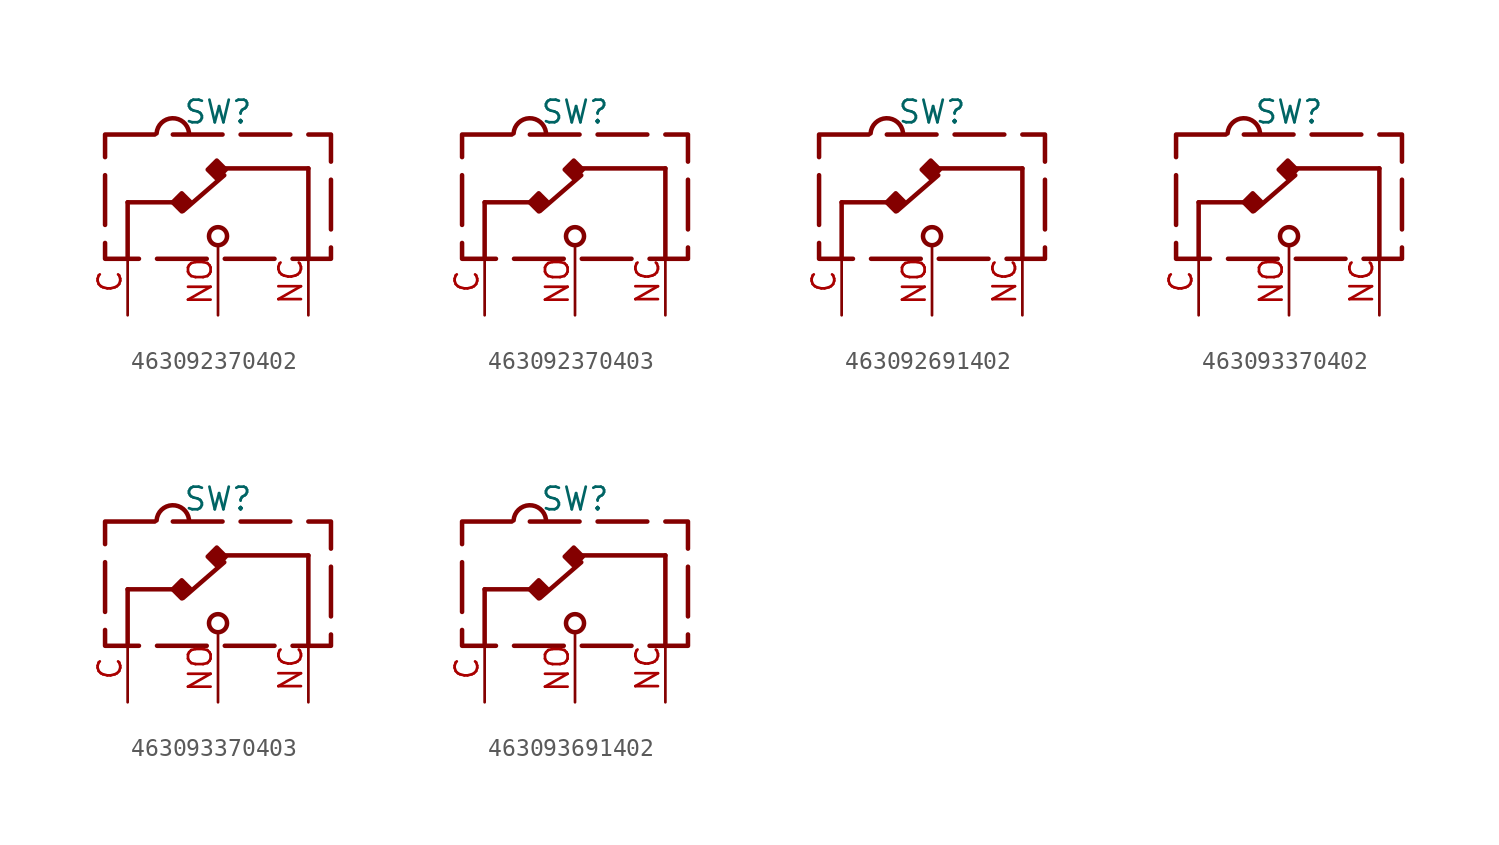
<source format=kicad_sym>
(kicad_symbol_lib
  (version 20220914)
  (generator kicad_symbol_editor)
  (symbol "463092370402"
    (pin_names hide)
    (property "Reference" "SW"
      (at 0 5.08 0)
      (effects (font (size 1.27 1.27))))
    (property "Critical Parameter" ""
      (at 0 -5.08 0)
      (effects (font (size 1.27 1.27))))
    (symbol "463092370402_0_0"
      (circle (center 0 -1.905) (radius 0.508) (stroke (width 0.254) (type default)) (fill (type none)))
      (polyline (pts (xy -5.08 0) (xy -5.08 -3.175)) (stroke (width 0.254) (type default)) (fill (type none)))
      (polyline (pts (xy -5.08 0) (xy -2.54 0)) (stroke (width 0.254) (type default)) (fill (type none)))
      (polyline (pts (xy -1.97 -0.49) (xy 0.35 1.52)) (stroke (width 0.254) (type default)) (fill (type none)))
      (polyline (pts (xy 0 1.905) (xy 5.08 1.905)) (stroke (width 0.254) (type default)) (fill (type none)))
      (polyline (pts (xy 5.08 1.905) (xy 5.08 -3.175)) (stroke (width 0.254) (type default)) (fill (type none)))
      (polyline (pts (xy -1.532 -0.002) (xy -2.04 -0.51) (xy -2.548 -0.002) (xy -2.04 0.506) (xy -1.532 -0.002)) (stroke (width 0.254) (type default)) (fill (type outline)))
      (polyline (pts (xy 0.438 1.838) (xy -0.07 1.33) (xy -0.578 1.838) (xy -0.07 2.346) (xy 0.438 1.838)) (stroke (width 0.254) (type default)) (fill (type outline))))
    (symbol "463092370402_1_0"
      (rectangle (start -6.35 3.81) (end 6.35 -3.175) (stroke (width 0.254) (type dash)) (fill (type none)))
      (arc (start -1.6331 3.935) (mid -2.5702 4.725) (end -3.4531 3.875) (stroke (width 0.254) (type default)) (fill (type none)))
      (pin passive line (at -5.08 -6.35 90) (length 3.81) (name "COM" (effects (font (size 1.27 1.27)))) (number "C" (effects (font (size 1.27 1.27)))))
      (pin passive line (at 5.08 -6.35 90) (length 3.81) (name "NC" (effects (font (size 1.27 1.27)))) (number "NC" (effects (font (size 1.27 1.27)))))
      (pin passive line (at 0 -6.35 90) (length 3.81) (name "NO" (effects (font (size 1.27 1.27)))) (number "NO" (effects (font (size 1.27 1.27)))))))
  (symbol "463092370403"
    (pin_names hide)
    (property "Reference" "SW"
      (at 0 5.08 0)
      (effects (font (size 1.27 1.27))))
    (property "Critical Parameter" ""
      (at 0 -5.08 0)
      (effects (font (size 1.27 1.27))))
    (symbol "463092370403_0_0"
      (circle (center 0 -1.905) (radius 0.508) (stroke (width 0.254) (type default)) (fill (type none)))
      (polyline (pts (xy -5.08 0) (xy -5.08 -3.175)) (stroke (width 0.254) (type default)) (fill (type none)))
      (polyline (pts (xy -5.08 0) (xy -2.54 0)) (stroke (width 0.254) (type default)) (fill (type none)))
      (polyline (pts (xy -1.97 -0.49) (xy 0.35 1.52)) (stroke (width 0.254) (type default)) (fill (type none)))
      (polyline (pts (xy 0 1.905) (xy 5.08 1.905)) (stroke (width 0.254) (type default)) (fill (type none)))
      (polyline (pts (xy 5.08 1.905) (xy 5.08 -3.175)) (stroke (width 0.254) (type default)) (fill (type none)))
      (polyline (pts (xy -1.532 -0.002) (xy -2.04 -0.51) (xy -2.548 -0.002) (xy -2.04 0.506) (xy -1.532 -0.002)) (stroke (width 0.254) (type default)) (fill (type outline)))
      (polyline (pts (xy 0.438 1.838) (xy -0.07 1.33) (xy -0.578 1.838) (xy -0.07 2.346) (xy 0.438 1.838)) (stroke (width 0.254) (type default)) (fill (type outline))))
    (symbol "463092370403_1_0"
      (rectangle (start -6.35 3.81) (end 6.35 -3.175) (stroke (width 0.254) (type dash)) (fill (type none)))
      (arc (start -1.6331 3.935) (mid -2.5702 4.725) (end -3.4531 3.875) (stroke (width 0.254) (type default)) (fill (type none)))
      (pin passive line (at -5.08 -6.35 90) (length 3.81) (name "COM" (effects (font (size 1.27 1.27)))) (number "C" (effects (font (size 1.27 1.27)))))
      (pin passive line (at 5.08 -6.35 90) (length 3.81) (name "NC" (effects (font (size 1.27 1.27)))) (number "NC" (effects (font (size 1.27 1.27)))))
      (pin passive line (at 0 -6.35 90) (length 3.81) (name "NO" (effects (font (size 1.27 1.27)))) (number "NO" (effects (font (size 1.27 1.27)))))))
  (symbol "463092691402"
    (pin_names hide)
    (property "Reference" "SW"
      (at 0 5.08 0)
      (effects (font (size 1.27 1.27))))
    (property "Critical Parameter" ""
      (at 0 -5.08 0)
      (effects (font (size 1.27 1.27))))
    (symbol "463092691402_0_0"
      (circle (center 0 -1.905) (radius 0.508) (stroke (width 0.254) (type default)) (fill (type none)))
      (polyline (pts (xy -5.08 0) (xy -5.08 -3.175)) (stroke (width 0.254) (type default)) (fill (type none)))
      (polyline (pts (xy -5.08 0) (xy -2.54 0)) (stroke (width 0.254) (type default)) (fill (type none)))
      (polyline (pts (xy -1.97 -0.49) (xy 0.35 1.52)) (stroke (width 0.254) (type default)) (fill (type none)))
      (polyline (pts (xy 0 1.905) (xy 5.08 1.905)) (stroke (width 0.254) (type default)) (fill (type none)))
      (polyline (pts (xy 5.08 1.905) (xy 5.08 -3.175)) (stroke (width 0.254) (type default)) (fill (type none)))
      (polyline (pts (xy -1.532 -0.002) (xy -2.04 -0.51) (xy -2.548 -0.002) (xy -2.04 0.506) (xy -1.532 -0.002)) (stroke (width 0.254) (type default)) (fill (type outline)))
      (polyline (pts (xy 0.438 1.838) (xy -0.07 1.33) (xy -0.578 1.838) (xy -0.07 2.346) (xy 0.438 1.838)) (stroke (width 0.254) (type default)) (fill (type outline))))
    (symbol "463092691402_1_0"
      (rectangle (start -6.35 3.81) (end 6.35 -3.175) (stroke (width 0.254) (type dash)) (fill (type none)))
      (arc (start -1.6331 3.935) (mid -2.5702 4.725) (end -3.4531 3.875) (stroke (width 0.254) (type default)) (fill (type none)))
      (pin passive line (at -5.08 -6.35 90) (length 3.81) (name "COM" (effects (font (size 1.27 1.27)))) (number "C" (effects (font (size 1.27 1.27)))))
      (pin passive line (at 5.08 -6.35 90) (length 3.81) (name "NC" (effects (font (size 1.27 1.27)))) (number "NC" (effects (font (size 1.27 1.27)))))
      (pin passive line (at 0 -6.35 90) (length 3.81) (name "NO" (effects (font (size 1.27 1.27)))) (number "NO" (effects (font (size 1.27 1.27)))))))
  (symbol "463093370402"
    (pin_names hide)
    (property "Reference" "SW"
      (at 0 5.08 0)
      (effects (font (size 1.27 1.27))))
    (property "Critical Parameter" ""
      (at 0 -5.08 0)
      (effects (font (size 1.27 1.27))))
    (symbol "463093370402_0_0"
      (circle (center 0 -1.905) (radius 0.508) (stroke (width 0.254) (type default)) (fill (type none)))
      (polyline (pts (xy -5.08 0) (xy -5.08 -3.175)) (stroke (width 0.254) (type default)) (fill (type none)))
      (polyline (pts (xy -5.08 0) (xy -2.54 0)) (stroke (width 0.254) (type default)) (fill (type none)))
      (polyline (pts (xy -1.97 -0.49) (xy 0.35 1.52)) (stroke (width 0.254) (type default)) (fill (type none)))
      (polyline (pts (xy 0 1.905) (xy 5.08 1.905)) (stroke (width 0.254) (type default)) (fill (type none)))
      (polyline (pts (xy 5.08 1.905) (xy 5.08 -3.175)) (stroke (width 0.254) (type default)) (fill (type none)))
      (polyline (pts (xy -1.532 -0.002) (xy -2.04 -0.51) (xy -2.548 -0.002) (xy -2.04 0.506) (xy -1.532 -0.002)) (stroke (width 0.254) (type default)) (fill (type outline)))
      (polyline (pts (xy 0.438 1.838) (xy -0.07 1.33) (xy -0.578 1.838) (xy -0.07 2.346) (xy 0.438 1.838)) (stroke (width 0.254) (type default)) (fill (type outline))))
    (symbol "463093370402_1_0"
      (rectangle (start -6.35 3.81) (end 6.35 -3.175) (stroke (width 0.254) (type dash)) (fill (type none)))
      (arc (start -1.6331 3.935) (mid -2.5702 4.725) (end -3.4531 3.875) (stroke (width 0.254) (type default)) (fill (type none)))
      (pin passive line (at -5.08 -6.35 90) (length 3.81) (name "COM" (effects (font (size 1.27 1.27)))) (number "C" (effects (font (size 1.27 1.27)))))
      (pin passive line (at 5.08 -6.35 90) (length 3.81) (name "NC" (effects (font (size 1.27 1.27)))) (number "NC" (effects (font (size 1.27 1.27)))))
      (pin passive line (at 0 -6.35 90) (length 3.81) (name "NO" (effects (font (size 1.27 1.27)))) (number "NO" (effects (font (size 1.27 1.27)))))))
  (symbol "463093370403"
    (pin_names hide)
    (property "Reference" "SW"
      (at 0 5.08 0)
      (effects (font (size 1.27 1.27))))
    (property "Critical Parameter" ""
      (at 0 -5.08 0)
      (effects (font (size 1.27 1.27))))
    (symbol "463093370403_0_0"
      (circle (center 0 -1.905) (radius 0.508) (stroke (width 0.254) (type default)) (fill (type none)))
      (polyline (pts (xy -5.08 0) (xy -5.08 -3.175)) (stroke (width 0.254) (type default)) (fill (type none)))
      (polyline (pts (xy -5.08 0) (xy -2.54 0)) (stroke (width 0.254) (type default)) (fill (type none)))
      (polyline (pts (xy -1.97 -0.49) (xy 0.35 1.52)) (stroke (width 0.254) (type default)) (fill (type none)))
      (polyline (pts (xy 0 1.905) (xy 5.08 1.905)) (stroke (width 0.254) (type default)) (fill (type none)))
      (polyline (pts (xy 5.08 1.905) (xy 5.08 -3.175)) (stroke (width 0.254) (type default)) (fill (type none)))
      (polyline (pts (xy -1.532 -0.002) (xy -2.04 -0.51) (xy -2.548 -0.002) (xy -2.04 0.506) (xy -1.532 -0.002)) (stroke (width 0.254) (type default)) (fill (type outline)))
      (polyline (pts (xy 0.438 1.838) (xy -0.07 1.33) (xy -0.578 1.838) (xy -0.07 2.346) (xy 0.438 1.838)) (stroke (width 0.254) (type default)) (fill (type outline))))
    (symbol "463093370403_1_0"
      (rectangle (start -6.35 3.81) (end 6.35 -3.175) (stroke (width 0.254) (type dash)) (fill (type none)))
      (arc (start -1.6331 3.935) (mid -2.5702 4.725) (end -3.4531 3.875) (stroke (width 0.254) (type default)) (fill (type none)))
      (pin passive line (at -5.08 -6.35 90) (length 3.81) (name "COM" (effects (font (size 1.27 1.27)))) (number "C" (effects (font (size 1.27 1.27)))))
      (pin passive line (at 5.08 -6.35 90) (length 3.81) (name "NC" (effects (font (size 1.27 1.27)))) (number "NC" (effects (font (size 1.27 1.27)))))
      (pin passive line (at 0 -6.35 90) (length 3.81) (name "NO" (effects (font (size 1.27 1.27)))) (number "NO" (effects (font (size 1.27 1.27)))))))
  (symbol "463093691402"
    (pin_names hide)
    (property "Reference" "SW"
      (at 0 5.08 0)
      (effects (font (size 1.27 1.27))))
    (property "Critical Parameter" ""
      (at 0 -5.08 0)
      (effects (font (size 1.27 1.27))))
    (symbol "463093691402_0_0"
      (circle (center 0 -1.905) (radius 0.508) (stroke (width 0.254) (type default)) (fill (type none)))
      (polyline (pts (xy -5.08 0) (xy -5.08 -3.175)) (stroke (width 0.254) (type default)) (fill (type none)))
      (polyline (pts (xy -5.08 0) (xy -2.54 0)) (stroke (width 0.254) (type default)) (fill (type none)))
      (polyline (pts (xy -1.97 -0.49) (xy 0.35 1.52)) (stroke (width 0.254) (type default)) (fill (type none)))
      (polyline (pts (xy 0 1.905) (xy 5.08 1.905)) (stroke (width 0.254) (type default)) (fill (type none)))
      (polyline (pts (xy 5.08 1.905) (xy 5.08 -3.175)) (stroke (width 0.254) (type default)) (fill (type none)))
      (polyline (pts (xy -1.532 -0.002) (xy -2.04 -0.51) (xy -2.548 -0.002) (xy -2.04 0.506) (xy -1.532 -0.002)) (stroke (width 0.254) (type default)) (fill (type outline)))
      (polyline (pts (xy 0.438 1.838) (xy -0.07 1.33) (xy -0.578 1.838) (xy -0.07 2.346) (xy 0.438 1.838)) (stroke (width 0.254) (type default)) (fill (type outline))))
    (symbol "463093691402_1_0"
      (rectangle (start -6.35 3.81) (end 6.35 -3.175) (stroke (width 0.254) (type dash)) (fill (type none)))
      (arc (start -1.6331 3.935) (mid -2.5702 4.725) (end -3.4531 3.875) (stroke (width 0.254) (type default)) (fill (type none)))
      (pin passive line (at -5.08 -6.35 90) (length 3.81) (name "COM" (effects (font (size 1.27 1.27)))) (number "C" (effects (font (size 1.27 1.27)))))
      (pin passive line (at 5.08 -6.35 90) (length 3.81) (name "NC" (effects (font (size 1.27 1.27)))) (number "NC" (effects (font (size 1.27 1.27)))))
      (pin passive line (at 0 -6.35 90) (length 3.81) (name "NO" (effects (font (size 1.27 1.27)))) (number "NO" (effects (font (size 1.27 1.27))))))))
</source>
